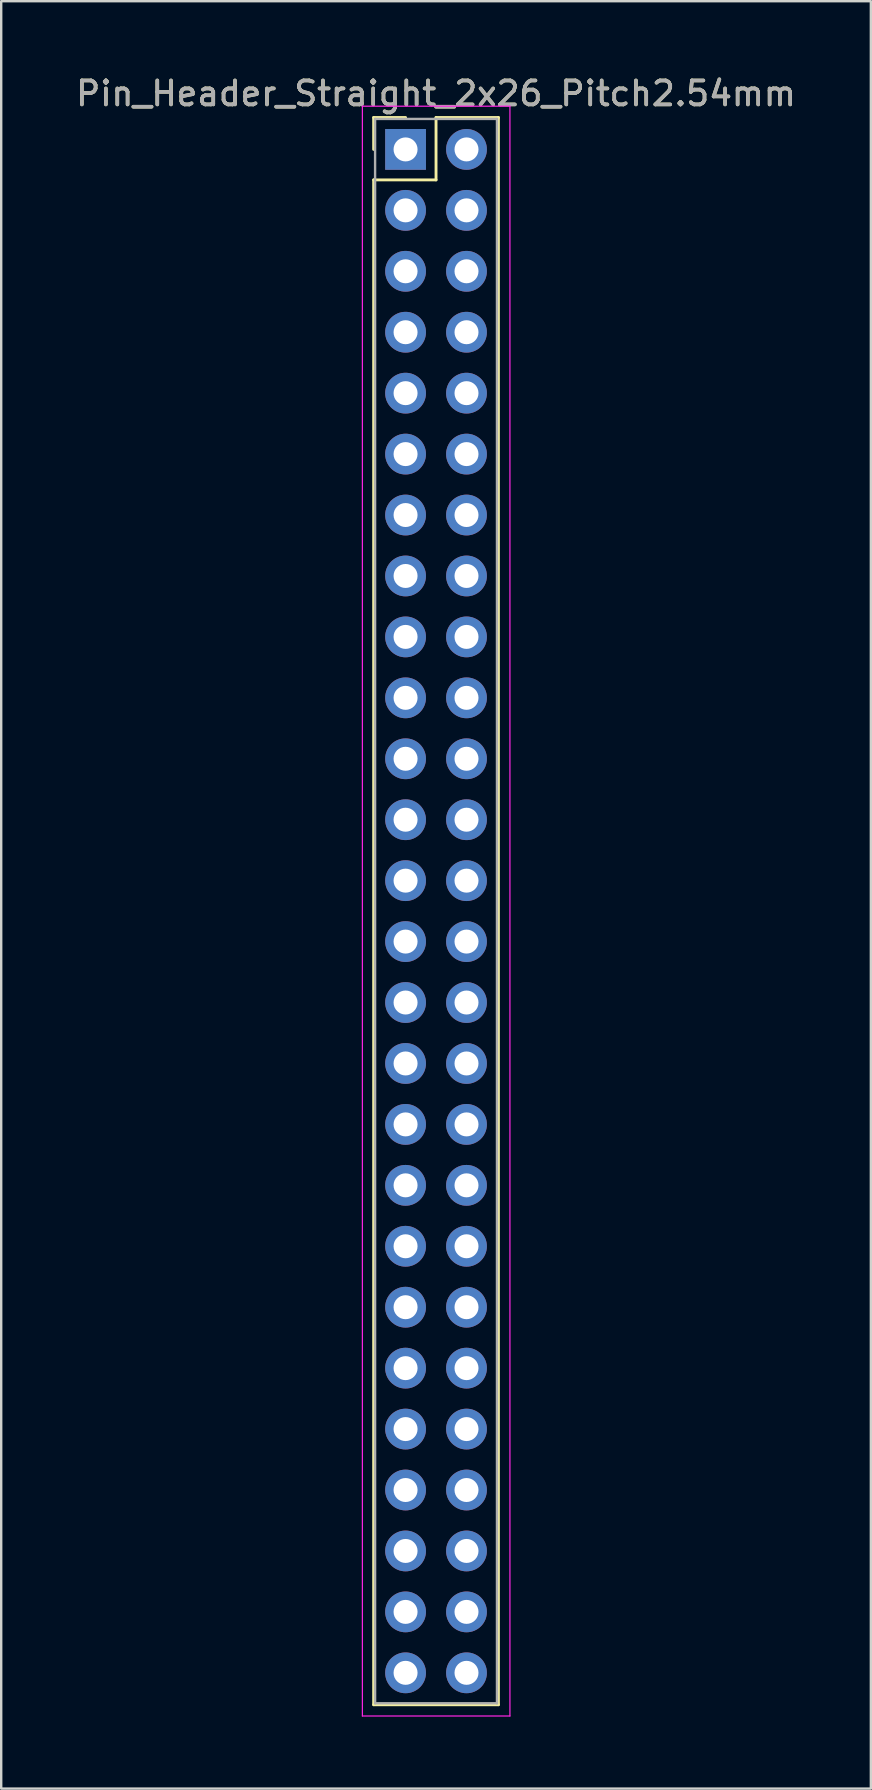
<source format=kicad_pcb>
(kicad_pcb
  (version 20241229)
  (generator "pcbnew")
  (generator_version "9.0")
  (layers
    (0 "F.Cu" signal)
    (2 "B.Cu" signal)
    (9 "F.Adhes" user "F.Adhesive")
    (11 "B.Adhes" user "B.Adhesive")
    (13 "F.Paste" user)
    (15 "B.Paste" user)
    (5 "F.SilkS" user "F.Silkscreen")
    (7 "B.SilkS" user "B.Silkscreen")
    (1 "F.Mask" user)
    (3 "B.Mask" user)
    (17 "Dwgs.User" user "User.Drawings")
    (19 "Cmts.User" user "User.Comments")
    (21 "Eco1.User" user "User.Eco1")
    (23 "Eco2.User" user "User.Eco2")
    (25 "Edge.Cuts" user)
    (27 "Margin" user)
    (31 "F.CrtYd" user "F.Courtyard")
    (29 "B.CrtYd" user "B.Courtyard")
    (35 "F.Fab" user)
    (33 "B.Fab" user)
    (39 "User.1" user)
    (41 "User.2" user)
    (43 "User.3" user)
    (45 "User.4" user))
  (footprint "Pin_Header_Straight_2x26_Pitch2.54mm"
    (layer "F.Cu")
    (at 13.855 3.178)
    (property "Reference" "Pin_Header_Straight_2x26_Pitch2.54mm" (at 1.27 -2.33 0) (layer "F.SilkS") (effects (font (size 1 1) (thickness 0.15))))
    (attr through_hole)
    (fp_line (start -1.33 -1.33) (end 0 -1.33) (stroke (width 0.12) (type solid)) (layer "F.SilkS"))
    (fp_line (start -1.33 0) (end -1.33 -1.33) (stroke (width 0.12) (type solid)) (layer "F.SilkS"))
    (fp_line (start -1.33 1.27) (end -1.33 64.83) (stroke (width 0.12) (type solid)) (layer "F.SilkS"))
    (fp_line (start -1.33 64.83) (end 3.87 64.83) (stroke (width 0.12) (type solid)) (layer "F.SilkS"))
    (fp_line (start 1.27 -1.33) (end 1.27 1.27) (stroke (width 0.12) (type solid)) (layer "F.SilkS"))
    (fp_line (start 1.27 1.27) (end -1.33 1.27) (stroke (width 0.12) (type solid)) (layer "F.SilkS"))
    (fp_line (start 3.87 -1.33) (end 1.27 -1.33) (stroke (width 0.12) (type solid)) (layer "F.SilkS"))
    (fp_line (start 3.87 64.83) (end 3.87 -1.33) (stroke (width 0.12) (type solid)) (layer "F.SilkS"))
    (fp_line (start -1.8 -1.8) (end -1.8 65.3) (stroke (width 0.05) (type solid)) (layer "F.CrtYd"))
    (fp_line (start -1.8 65.3) (end 4.35 65.3) (stroke (width 0.05) (type solid)) (layer "F.CrtYd"))
    (fp_line (start 4.35 -1.8) (end -1.8 -1.8) (stroke (width 0.05) (type solid)) (layer "F.CrtYd"))
    (fp_line (start 4.35 65.3) (end 4.35 -1.8) (stroke (width 0.05) (type solid)) (layer "F.CrtYd"))
    (fp_line (start -1.27 -1.27) (end -1.27 64.77) (stroke (width 0.1) (type solid)) (layer "F.Fab"))
    (fp_line (start -1.27 64.77) (end 3.81 64.77) (stroke (width 0.1) (type solid)) (layer "F.Fab"))
    (fp_line (start 3.81 -1.27) (end -1.27 -1.27) (stroke (width 0.1) (type solid)) (layer "F.Fab"))
    (fp_line (start 3.81 64.77) (end 3.81 -1.27) (stroke (width 0.1) (type solid)) (layer "F.Fab"))
    (fp_text user "${REFERENCE}" (at 1.27 -2.33 0) (layer "F.Fab") (effects (font (size 1 1) (thickness 0.15))))
    (pad "1" thru_hole rect (at 0 0) (size 1.7 1.7) (drill 1) (layers "*.Cu" "*.Mask"))
    (pad "2" thru_hole oval (at 2.54 0) (size 1.7 1.7) (drill 1) (layers "*.Cu" "*.Mask"))
    (pad "3" thru_hole oval (at 0 2.54) (size 1.7 1.7) (drill 1) (layers "*.Cu" "*.Mask"))
    (pad "4" thru_hole oval (at 2.54 2.54) (size 1.7 1.7) (drill 1) (layers "*.Cu" "*.Mask"))
    (pad "5" thru_hole oval (at 0 5.08) (size 1.7 1.7) (drill 1) (layers "*.Cu" "*.Mask"))
    (pad "6" thru_hole oval (at 2.54 5.08) (size 1.7 1.7) (drill 1) (layers "*.Cu" "*.Mask"))
    (pad "7" thru_hole oval (at 0 7.62) (size 1.7 1.7) (drill 1) (layers "*.Cu" "*.Mask"))
    (pad "8" thru_hole oval (at 2.54 7.62) (size 1.7 1.7) (drill 1) (layers "*.Cu" "*.Mask"))
    (pad "9" thru_hole oval (at 0 10.16) (size 1.7 1.7) (drill 1) (layers "*.Cu" "*.Mask"))
    (pad "10" thru_hole oval (at 2.54 10.16) (size 1.7 1.7) (drill 1) (layers "*.Cu" "*.Mask"))
    (pad "11" thru_hole oval (at 0 12.7) (size 1.7 1.7) (drill 1) (layers "*.Cu" "*.Mask"))
    (pad "12" thru_hole oval (at 2.54 12.7) (size 1.7 1.7) (drill 1) (layers "*.Cu" "*.Mask"))
    (pad "13" thru_hole oval (at 0 15.24) (size 1.7 1.7) (drill 1) (layers "*.Cu" "*.Mask"))
    (pad "14" thru_hole oval (at 2.54 15.24) (size 1.7 1.7) (drill 1) (layers "*.Cu" "*.Mask"))
    (pad "15" thru_hole oval (at 0 17.78) (size 1.7 1.7) (drill 1) (layers "*.Cu" "*.Mask"))
    (pad "16" thru_hole oval (at 2.54 17.78) (size 1.7 1.7) (drill 1) (layers "*.Cu" "*.Mask"))
    (pad "17" thru_hole oval (at 0 20.32) (size 1.7 1.7) (drill 1) (layers "*.Cu" "*.Mask"))
    (pad "18" thru_hole oval (at 2.54 20.32) (size 1.7 1.7) (drill 1) (layers "*.Cu" "*.Mask"))
    (pad "19" thru_hole oval (at 0 22.86) (size 1.7 1.7) (drill 1) (layers "*.Cu" "*.Mask"))
    (pad "20" thru_hole oval (at 2.54 22.86) (size 1.7 1.7) (drill 1) (layers "*.Cu" "*.Mask"))
    (pad "21" thru_hole oval (at 0 25.4) (size 1.7 1.7) (drill 1) (layers "*.Cu" "*.Mask"))
    (pad "22" thru_hole oval (at 2.54 25.4) (size 1.7 1.7) (drill 1) (layers "*.Cu" "*.Mask"))
    (pad "23" thru_hole oval (at 0 27.94) (size 1.7 1.7) (drill 1) (layers "*.Cu" "*.Mask"))
    (pad "24" thru_hole oval (at 2.54 27.94) (size 1.7 1.7) (drill 1) (layers "*.Cu" "*.Mask"))
    (pad "25" thru_hole oval (at 0 30.48) (size 1.7 1.7) (drill 1) (layers "*.Cu" "*.Mask"))
    (pad "26" thru_hole oval (at 2.54 30.48) (size 1.7 1.7) (drill 1) (layers "*.Cu" "*.Mask"))
    (pad "27" thru_hole oval (at 0 33.02) (size 1.7 1.7) (drill 1) (layers "*.Cu" "*.Mask"))
    (pad "28" thru_hole oval (at 2.54 33.02) (size 1.7 1.7) (drill 1) (layers "*.Cu" "*.Mask"))
    (pad "29" thru_hole oval (at 0 35.56) (size 1.7 1.7) (drill 1) (layers "*.Cu" "*.Mask"))
    (pad "30" thru_hole oval (at 2.54 35.56) (size 1.7 1.7) (drill 1) (layers "*.Cu" "*.Mask"))
    (pad "31" thru_hole oval (at 0 38.1) (size 1.7 1.7) (drill 1) (layers "*.Cu" "*.Mask"))
    (pad "32" thru_hole oval (at 2.54 38.1) (size 1.7 1.7) (drill 1) (layers "*.Cu" "*.Mask"))
    (pad "33" thru_hole oval (at 0 40.64) (size 1.7 1.7) (drill 1) (layers "*.Cu" "*.Mask"))
    (pad "34" thru_hole oval (at 2.54 40.64) (size 1.7 1.7) (drill 1) (layers "*.Cu" "*.Mask"))
    (pad "35" thru_hole oval (at 0 43.18) (size 1.7 1.7) (drill 1) (layers "*.Cu" "*.Mask"))
    (pad "36" thru_hole oval (at 2.54 43.18) (size 1.7 1.7) (drill 1) (layers "*.Cu" "*.Mask"))
    (pad "37" thru_hole oval (at 0 45.72) (size 1.7 1.7) (drill 1) (layers "*.Cu" "*.Mask"))
    (pad "38" thru_hole oval (at 2.54 45.72) (size 1.7 1.7) (drill 1) (layers "*.Cu" "*.Mask"))
    (pad "39" thru_hole oval (at 0 48.26) (size 1.7 1.7) (drill 1) (layers "*.Cu" "*.Mask"))
    (pad "40" thru_hole oval (at 2.54 48.26) (size 1.7 1.7) (drill 1) (layers "*.Cu" "*.Mask"))
    (pad "41" thru_hole oval (at 0 50.8) (size 1.7 1.7) (drill 1) (layers "*.Cu" "*.Mask"))
    (pad "42" thru_hole oval (at 2.54 50.8) (size 1.7 1.7) (drill 1) (layers "*.Cu" "*.Mask"))
    (pad "43" thru_hole oval (at 0 53.34) (size 1.7 1.7) (drill 1) (layers "*.Cu" "*.Mask"))
    (pad "44" thru_hole oval (at 2.54 53.34) (size 1.7 1.7) (drill 1) (layers "*.Cu" "*.Mask"))
    (pad "45" thru_hole oval (at 0 55.88) (size 1.7 1.7) (drill 1) (layers "*.Cu" "*.Mask"))
    (pad "46" thru_hole oval (at 2.54 55.88) (size 1.7 1.7) (drill 1) (layers "*.Cu" "*.Mask"))
    (pad "47" thru_hole oval (at 0 58.42) (size 1.7 1.7) (drill 1) (layers "*.Cu" "*.Mask"))
    (pad "48" thru_hole oval (at 2.54 58.42) (size 1.7 1.7) (drill 1) (layers "*.Cu" "*.Mask"))
    (pad "49" thru_hole oval (at 0 60.96) (size 1.7 1.7) (drill 1) (layers "*.Cu" "*.Mask"))
    (pad "50" thru_hole oval (at 2.54 60.96) (size 1.7 1.7) (drill 1) (layers "*.Cu" "*.Mask"))
    (pad "51" thru_hole oval (at 0 63.5) (size 1.7 1.7) (drill 1) (layers "*.Cu" "*.Mask"))
    (pad "52" thru_hole oval (at 2.54 63.5) (size 1.7 1.7) (drill 1) (layers "*.Cu" "*.Mask")))
  (gr_rect
    (start -3 -3)
    (end 33.25 71.503)
    (stroke (width 0.1) (type default))
    (fill no)
    (layer "Edge.Cuts")))
</source>
